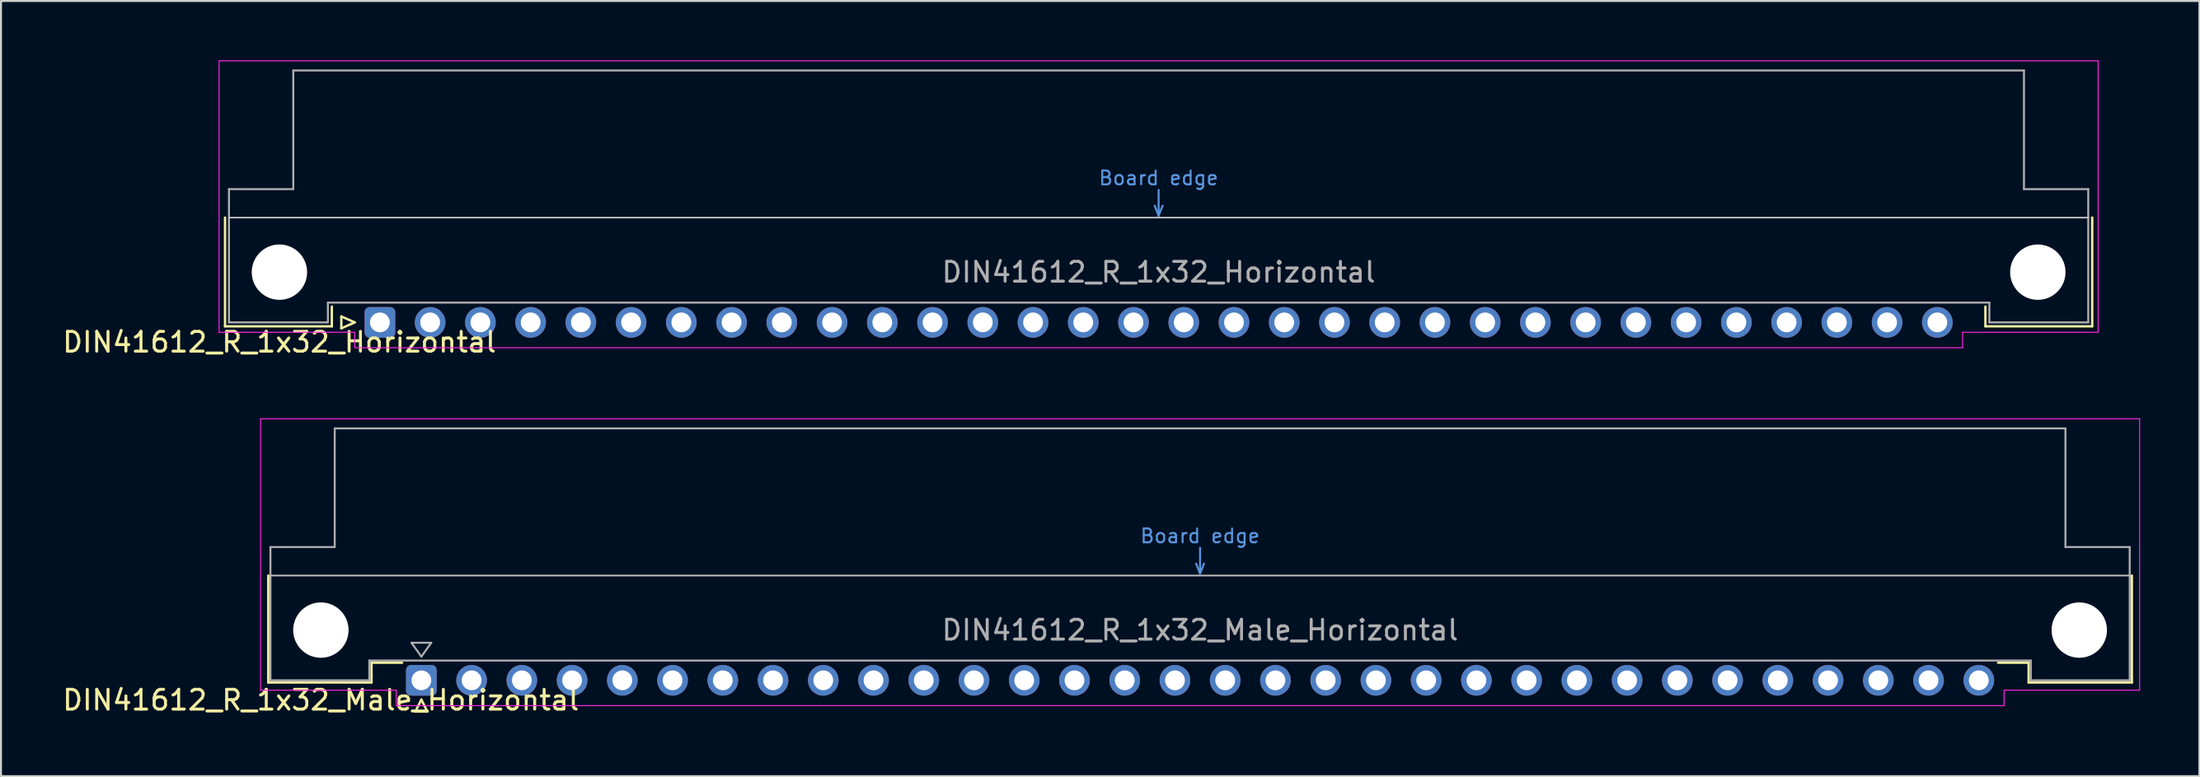
<source format=kicad_pcb>
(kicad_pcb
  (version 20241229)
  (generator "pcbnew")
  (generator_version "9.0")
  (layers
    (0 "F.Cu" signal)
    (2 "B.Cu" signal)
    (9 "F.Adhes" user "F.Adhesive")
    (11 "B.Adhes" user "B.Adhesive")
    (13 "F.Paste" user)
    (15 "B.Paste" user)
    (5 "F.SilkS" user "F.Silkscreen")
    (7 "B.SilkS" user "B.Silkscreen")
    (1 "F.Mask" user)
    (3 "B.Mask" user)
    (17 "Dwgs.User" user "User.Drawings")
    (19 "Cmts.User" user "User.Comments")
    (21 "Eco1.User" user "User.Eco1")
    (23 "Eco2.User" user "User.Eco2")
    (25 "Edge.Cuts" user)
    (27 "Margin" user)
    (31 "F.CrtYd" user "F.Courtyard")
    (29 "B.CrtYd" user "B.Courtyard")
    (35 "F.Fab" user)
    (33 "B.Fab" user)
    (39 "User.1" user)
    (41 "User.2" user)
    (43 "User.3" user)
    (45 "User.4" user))
  (footprint "DIN41612_R_1x32_Male_Horizontal"
    (layer "F.Cu")
    (at 18.253 31.358)
    (property "Reference" "DIN41612_R_1x32_Male_Horizontal" (at -5.08 1 0) (layer "F.SilkS") (effects (font (size 1 1) (thickness 0.15))))
    (attr through_hole)
    (fp_line (start -7.74 -5.3) (end -7.74 0.11) (stroke (width 0.12) (type solid)) (layer "F.SilkS"))
    (fp_line (start -7.74 0.11) (end -2.52 0.11) (stroke (width 0.12) (type solid)) (layer "F.SilkS"))
    (fp_line (start -2.52 -0.89) (end -0.975 -0.89) (stroke (width 0.12) (type solid)) (layer "F.SilkS"))
    (fp_line (start -2.52 0.11) (end -2.52 -0.89) (stroke (width 0.12) (type solid)) (layer "F.SilkS"))
    (fp_line (start -0.3 1.575) (end 0.3 1.575) (stroke (width 0.12) (type solid)) (layer "F.SilkS"))
    (fp_line (start 0 0.975) (end -0.3 1.575) (stroke (width 0.12) (type solid)) (layer "F.SilkS"))
    (fp_line (start 0.3 1.575) (end 0 0.975) (stroke (width 0.12) (type solid)) (layer "F.SilkS"))
    (fp_line (start 81.26 -0.89) (end 79.715 -0.89) (stroke (width 0.12) (type solid)) (layer "F.SilkS"))
    (fp_line (start 81.26 0.11) (end 81.26 -0.89) (stroke (width 0.12) (type solid)) (layer "F.SilkS"))
    (fp_line (start 86.48 -5.3) (end 86.48 0.11) (stroke (width 0.12) (type solid)) (layer "F.SilkS"))
    (fp_line (start 86.48 0.11) (end 81.26 0.11) (stroke (width 0.12) (type solid)) (layer "F.SilkS"))
    (fp_line (start -7.63 -5.3) (end 86.37 -5.3) (stroke (width 0.08) (type solid)) (layer "Dwgs.User"))
    (fp_line (start 39.17 -5.9) (end 39.37 -5.4) (stroke (width 0.1) (type solid)) (layer "Cmts.User"))
    (fp_line (start 39.37 -5.4) (end 39.37 -6.7) (stroke (width 0.1) (type solid)) (layer "Cmts.User"))
    (fp_line (start 39.37 -5.4) (end 39.57 -5.9) (stroke (width 0.1) (type solid)) (layer "Cmts.User"))
    (fp_line (start -8.13 -13.23) (end -8.13 0.5) (stroke (width 0.05) (type solid)) (layer "F.CrtYd"))
    (fp_line (start -8.13 0.5) (end -1.27 0.5) (stroke (width 0.05) (type solid)) (layer "F.CrtYd"))
    (fp_line (start -1.27 0.5) (end -1.27 1.28) (stroke (width 0.05) (type solid)) (layer "F.CrtYd"))
    (fp_line (start -1.27 1.28) (end 80.02 1.28) (stroke (width 0.05) (type solid)) (layer "F.CrtYd"))
    (fp_line (start 80.02 0.5) (end 86.87 0.5) (stroke (width 0.05) (type solid)) (layer "F.CrtYd"))
    (fp_line (start 80.02 1.28) (end 80.02 0.5) (stroke (width 0.05) (type solid)) (layer "F.CrtYd"))
    (fp_line (start 86.87 -13.23) (end -8.13 -13.23) (stroke (width 0.05) (type solid)) (layer "F.CrtYd"))
    (fp_line (start 86.87 0.5) (end 86.87 -13.23) (stroke (width 0.05) (type solid)) (layer "F.CrtYd"))
    (fp_line (start -7.63 -6.74) (end -7.63 0) (stroke (width 0.1) (type solid)) (layer "F.Fab"))
    (fp_line (start -7.63 0) (end -2.63 0) (stroke (width 0.1) (type solid)) (layer "F.Fab"))
    (fp_line (start -4.38 -12.74) (end -4.38 -6.74) (stroke (width 0.1) (type solid)) (layer "F.Fab"))
    (fp_line (start -4.38 -6.74) (end -7.63 -6.74) (stroke (width 0.1) (type solid)) (layer "F.Fab"))
    (fp_line (start -2.63 -1) (end 81.37 -1) (stroke (width 0.1) (type solid)) (layer "F.Fab"))
    (fp_line (start -2.63 0) (end -2.63 -1) (stroke (width 0.1) (type solid)) (layer "F.Fab"))
    (fp_line (start -0.5 -1.9) (end 0.5 -1.9) (stroke (width 0.1) (type solid)) (layer "F.Fab"))
    (fp_line (start 0 -1.2) (end -0.5 -1.9) (stroke (width 0.1) (type solid)) (layer "F.Fab"))
    (fp_line (start 0.5 -1.9) (end 0 -1.2) (stroke (width 0.1) (type solid)) (layer "F.Fab"))
    (fp_line (start 81.37 -1) (end 81.37 0) (stroke (width 0.1) (type solid)) (layer "F.Fab"))
    (fp_line (start 81.37 0) (end 86.37 0) (stroke (width 0.1) (type solid)) (layer "F.Fab"))
    (fp_line (start 83.12 -12.74) (end -4.38 -12.74) (stroke (width 0.1) (type solid)) (layer "F.Fab"))
    (fp_line (start 83.12 -6.74) (end 83.12 -12.74) (stroke (width 0.1) (type solid)) (layer "F.Fab"))
    (fp_line (start 86.37 -6.74) (end 83.12 -6.74) (stroke (width 0.1) (type solid)) (layer "F.Fab"))
    (fp_line (start 86.37 0) (end 86.37 -6.74) (stroke (width 0.1) (type solid)) (layer "F.Fab"))
    (fp_text user "Board edge" (at 39.37 -7.3 0) (layer "Cmts.User") (effects (font (size 0.7 0.7) (thickness 0.1))))
    (fp_text user "${REFERENCE}" (at 39.37 -2.54 0) (layer "F.Fab") (effects (font (size 1 1) (thickness 0.15))))
    (pad "" np_thru_hole circle (at -5.08 -2.54) (size 2.8 2.8) (drill 2.8) (layers "*.Cu" "*.Mask"))
    (pad "" np_thru_hole circle (at 83.82 -2.54) (size 2.8 2.8) (drill 2.8) (layers "*.Cu" "*.Mask"))
    (pad "a1" thru_hole roundrect (at 0 0) (size 1.55 1.55) (drill 1) (layers "*.Cu" "*.Mask") (roundrect_rratio 0.161))
    (pad "a2" thru_hole circle (at 2.54 0) (size 1.55 1.55) (drill 1) (layers "*.Cu" "*.Mask"))
    (pad "a3" thru_hole circle (at 5.08 0) (size 1.55 1.55) (drill 1) (layers "*.Cu" "*.Mask"))
    (pad "a4" thru_hole circle (at 7.62 0) (size 1.55 1.55) (drill 1) (layers "*.Cu" "*.Mask"))
    (pad "a5" thru_hole circle (at 10.16 0) (size 1.55 1.55) (drill 1) (layers "*.Cu" "*.Mask"))
    (pad "a6" thru_hole circle (at 12.7 0) (size 1.55 1.55) (drill 1) (layers "*.Cu" "*.Mask"))
    (pad "a7" thru_hole circle (at 15.24 0) (size 1.55 1.55) (drill 1) (layers "*.Cu" "*.Mask"))
    (pad "a8" thru_hole circle (at 17.78 0) (size 1.55 1.55) (drill 1) (layers "*.Cu" "*.Mask"))
    (pad "a9" thru_hole circle (at 20.32 0) (size 1.55 1.55) (drill 1) (layers "*.Cu" "*.Mask"))
    (pad "a10" thru_hole circle (at 22.86 0) (size 1.55 1.55) (drill 1) (layers "*.Cu" "*.Mask"))
    (pad "a11" thru_hole circle (at 25.4 0) (size 1.55 1.55) (drill 1) (layers "*.Cu" "*.Mask"))
    (pad "a12" thru_hole circle (at 27.94 0) (size 1.55 1.55) (drill 1) (layers "*.Cu" "*.Mask"))
    (pad "a13" thru_hole circle (at 30.48 0) (size 1.55 1.55) (drill 1) (layers "*.Cu" "*.Mask"))
    (pad "a14" thru_hole circle (at 33.02 0) (size 1.55 1.55) (drill 1) (layers "*.Cu" "*.Mask"))
    (pad "a15" thru_hole circle (at 35.56 0) (size 1.55 1.55) (drill 1) (layers "*.Cu" "*.Mask"))
    (pad "a16" thru_hole circle (at 38.1 0) (size 1.55 1.55) (drill 1) (layers "*.Cu" "*.Mask"))
    (pad "a17" thru_hole circle (at 40.64 0) (size 1.55 1.55) (drill 1) (layers "*.Cu" "*.Mask"))
    (pad "a18" thru_hole circle (at 43.18 0) (size 1.55 1.55) (drill 1) (layers "*.Cu" "*.Mask"))
    (pad "a19" thru_hole circle (at 45.72 0) (size 1.55 1.55) (drill 1) (layers "*.Cu" "*.Mask"))
    (pad "a20" thru_hole circle (at 48.26 0) (size 1.55 1.55) (drill 1) (layers "*.Cu" "*.Mask"))
    (pad "a21" thru_hole circle (at 50.8 0) (size 1.55 1.55) (drill 1) (layers "*.Cu" "*.Mask"))
    (pad "a22" thru_hole circle (at 53.34 0) (size 1.55 1.55) (drill 1) (layers "*.Cu" "*.Mask"))
    (pad "a23" thru_hole circle (at 55.88 0) (size 1.55 1.55) (drill 1) (layers "*.Cu" "*.Mask"))
    (pad "a24" thru_hole circle (at 58.42 0) (size 1.55 1.55) (drill 1) (layers "*.Cu" "*.Mask"))
    (pad "a25" thru_hole circle (at 60.96 0) (size 1.55 1.55) (drill 1) (layers "*.Cu" "*.Mask"))
    (pad "a26" thru_hole circle (at 63.5 0) (size 1.55 1.55) (drill 1) (layers "*.Cu" "*.Mask"))
    (pad "a27" thru_hole circle (at 66.04 0) (size 1.55 1.55) (drill 1) (layers "*.Cu" "*.Mask"))
    (pad "a28" thru_hole circle (at 68.58 0) (size 1.55 1.55) (drill 1) (layers "*.Cu" "*.Mask"))
    (pad "a29" thru_hole circle (at 71.12 0) (size 1.55 1.55) (drill 1) (layers "*.Cu" "*.Mask"))
    (pad "a30" thru_hole circle (at 73.66 0) (size 1.55 1.55) (drill 1) (layers "*.Cu" "*.Mask"))
    (pad "a31" thru_hole circle (at 76.2 0) (size 1.55 1.55) (drill 1) (layers "*.Cu" "*.Mask"))
    (pad "a32" thru_hole circle (at 78.74 0) (size 1.55 1.55) (drill 1) (layers "*.Cu" "*.Mask")))
  (footprint "DIN41612_R_1x32_Horizontal"
    (layer "F.Cu")
    (at 16.157 13.255)
    (property "Reference" "DIN41612_R_1x32_Horizontal" (at -5.08 1 0) (layer "F.SilkS") (effects (font (size 1 1) (thickness 0.15))))
    (attr through_hole)
    (fp_line (start -7.83 -5.3) (end -7.83 0.2) (stroke (width 0.12) (type solid)) (layer "F.SilkS"))
    (fp_line (start -7.83 0.2) (end -2.43 0.2) (stroke (width 0.12) (type solid)) (layer "F.SilkS"))
    (fp_line (start -2.43 0.2) (end -2.43 -0.8) (stroke (width 0.12) (type solid)) (layer "F.SilkS"))
    (fp_line (start -1.95 -0.3) (end -1.95 0.3) (stroke (width 0.12) (type solid)) (layer "F.SilkS"))
    (fp_line (start -1.95 0.3) (end -1.27 0) (stroke (width 0.12) (type solid)) (layer "F.SilkS"))
    (fp_line (start -1.27 0) (end -1.95 -0.3) (stroke (width 0.12) (type solid)) (layer "F.SilkS"))
    (fp_line (start 81.17 0.2) (end 81.17 -0.8) (stroke (width 0.12) (type solid)) (layer "F.SilkS"))
    (fp_line (start 86.57 -5.3) (end 86.57 0.2) (stroke (width 0.12) (type solid)) (layer "F.SilkS"))
    (fp_line (start 86.57 0.2) (end 81.17 0.2) (stroke (width 0.12) (type solid)) (layer "F.SilkS"))
    (fp_line (start -7.63 -5.3) (end 86.37 -5.3) (stroke (width 0.08) (type solid)) (layer "Dwgs.User"))
    (fp_line (start 39.17 -5.9) (end 39.37 -5.4) (stroke (width 0.1) (type solid)) (layer "Cmts.User"))
    (fp_line (start 39.37 -5.4) (end 39.37 -6.7) (stroke (width 0.1) (type solid)) (layer "Cmts.User"))
    (fp_line (start 39.37 -5.4) (end 39.57 -5.9) (stroke (width 0.1) (type solid)) (layer "Cmts.User"))
    (fp_line (start -8.13 -13.23) (end -8.13 0.5) (stroke (width 0.05) (type solid)) (layer "F.CrtYd"))
    (fp_line (start -8.13 0.5) (end -1.27 0.5) (stroke (width 0.05) (type solid)) (layer "F.CrtYd"))
    (fp_line (start -1.27 0.5) (end -1.27 1.28) (stroke (width 0.05) (type solid)) (layer "F.CrtYd"))
    (fp_line (start -1.27 1.28) (end 80.02 1.28) (stroke (width 0.05) (type solid)) (layer "F.CrtYd"))
    (fp_line (start 80.02 0.5) (end 86.87 0.5) (stroke (width 0.05) (type solid)) (layer "F.CrtYd"))
    (fp_line (start 80.02 1.28) (end 80.02 0.5) (stroke (width 0.05) (type solid)) (layer "F.CrtYd"))
    (fp_line (start 86.87 -13.23) (end -8.13 -13.23) (stroke (width 0.05) (type solid)) (layer "F.CrtYd"))
    (fp_line (start 86.87 0.5) (end 86.87 -13.23) (stroke (width 0.05) (type solid)) (layer "F.CrtYd"))
    (fp_line (start -7.63 -6.74) (end -7.63 0) (stroke (width 0.1) (type solid)) (layer "F.Fab"))
    (fp_line (start -7.63 0) (end -2.63 0) (stroke (width 0.1) (type solid)) (layer "F.Fab"))
    (fp_line (start -4.38 -12.74) (end -4.38 -6.74) (stroke (width 0.1) (type solid)) (layer "F.Fab"))
    (fp_line (start -4.38 -6.74) (end -7.63 -6.74) (stroke (width 0.1) (type solid)) (layer "F.Fab"))
    (fp_line (start -2.63 -1) (end 81.37 -1) (stroke (width 0.1) (type solid)) (layer "F.Fab"))
    (fp_line (start -2.63 0) (end -2.63 -1) (stroke (width 0.1) (type solid)) (layer "F.Fab"))
    (fp_line (start 81.37 -1) (end 81.37 0) (stroke (width 0.1) (type solid)) (layer "F.Fab"))
    (fp_line (start 81.37 0) (end 86.37 0) (stroke (width 0.1) (type solid)) (layer "F.Fab"))
    (fp_line (start 83.12 -12.74) (end -4.38 -12.74) (stroke (width 0.1) (type solid)) (layer "F.Fab"))
    (fp_line (start 83.12 -6.74) (end 83.12 -12.74) (stroke (width 0.1) (type solid)) (layer "F.Fab"))
    (fp_line (start 86.37 -6.74) (end 83.12 -6.74) (stroke (width 0.1) (type solid)) (layer "F.Fab"))
    (fp_line (start 86.37 0) (end 86.37 -6.74) (stroke (width 0.1) (type solid)) (layer "F.Fab"))
    (fp_text user "Board edge" (at 39.37 -7.3 0) (layer "Cmts.User") (effects (font (size 0.7 0.7) (thickness 0.1))))
    (fp_text user "${REFERENCE}" (at 39.37 -2.54 0) (layer "F.Fab") (effects (font (size 1 1) (thickness 0.15))))
    (pad "" np_thru_hole circle (at -5.08 -2.54) (size 2.8 2.8) (drill 2.8) (layers "*.Cu" "*.Mask"))
    (pad "" np_thru_hole circle (at 83.82 -2.54) (size 2.8 2.8) (drill 2.8) (layers "*.Cu" "*.Mask"))
    (pad "a1" thru_hole roundrect (at 0 0) (size 1.55 1.55) (drill 1) (layers "*.Cu" "*.Mask") (roundrect_rratio 0.161))
    (pad "a2" thru_hole circle (at 2.54 0) (size 1.55 1.55) (drill 1) (layers "*.Cu" "*.Mask"))
    (pad "a3" thru_hole circle (at 5.08 0) (size 1.55 1.55) (drill 1) (layers "*.Cu" "*.Mask"))
    (pad "a4" thru_hole circle (at 7.62 0) (size 1.55 1.55) (drill 1) (layers "*.Cu" "*.Mask"))
    (pad "a5" thru_hole circle (at 10.16 0) (size 1.55 1.55) (drill 1) (layers "*.Cu" "*.Mask"))
    (pad "a6" thru_hole circle (at 12.7 0) (size 1.55 1.55) (drill 1) (layers "*.Cu" "*.Mask"))
    (pad "a7" thru_hole circle (at 15.24 0) (size 1.55 1.55) (drill 1) (layers "*.Cu" "*.Mask"))
    (pad "a8" thru_hole circle (at 17.78 0) (size 1.55 1.55) (drill 1) (layers "*.Cu" "*.Mask"))
    (pad "a9" thru_hole circle (at 20.32 0) (size 1.55 1.55) (drill 1) (layers "*.Cu" "*.Mask"))
    (pad "a10" thru_hole circle (at 22.86 0) (size 1.55 1.55) (drill 1) (layers "*.Cu" "*.Mask"))
    (pad "a11" thru_hole circle (at 25.4 0) (size 1.55 1.55) (drill 1) (layers "*.Cu" "*.Mask"))
    (pad "a12" thru_hole circle (at 27.94 0) (size 1.55 1.55) (drill 1) (layers "*.Cu" "*.Mask"))
    (pad "a13" thru_hole circle (at 30.48 0) (size 1.55 1.55) (drill 1) (layers "*.Cu" "*.Mask"))
    (pad "a14" thru_hole circle (at 33.02 0) (size 1.55 1.55) (drill 1) (layers "*.Cu" "*.Mask"))
    (pad "a15" thru_hole circle (at 35.56 0) (size 1.55 1.55) (drill 1) (layers "*.Cu" "*.Mask"))
    (pad "a16" thru_hole circle (at 38.1 0) (size 1.55 1.55) (drill 1) (layers "*.Cu" "*.Mask"))
    (pad "a17" thru_hole circle (at 40.64 0) (size 1.55 1.55) (drill 1) (layers "*.Cu" "*.Mask"))
    (pad "a18" thru_hole circle (at 43.18 0) (size 1.55 1.55) (drill 1) (layers "*.Cu" "*.Mask"))
    (pad "a19" thru_hole circle (at 45.72 0) (size 1.55 1.55) (drill 1) (layers "*.Cu" "*.Mask"))
    (pad "a20" thru_hole circle (at 48.26 0) (size 1.55 1.55) (drill 1) (layers "*.Cu" "*.Mask"))
    (pad "a21" thru_hole circle (at 50.8 0) (size 1.55 1.55) (drill 1) (layers "*.Cu" "*.Mask"))
    (pad "a22" thru_hole circle (at 53.34 0) (size 1.55 1.55) (drill 1) (layers "*.Cu" "*.Mask"))
    (pad "a23" thru_hole circle (at 55.88 0) (size 1.55 1.55) (drill 1) (layers "*.Cu" "*.Mask"))
    (pad "a24" thru_hole circle (at 58.42 0) (size 1.55 1.55) (drill 1) (layers "*.Cu" "*.Mask"))
    (pad "a25" thru_hole circle (at 60.96 0) (size 1.55 1.55) (drill 1) (layers "*.Cu" "*.Mask"))
    (pad "a26" thru_hole circle (at 63.5 0) (size 1.55 1.55) (drill 1) (layers "*.Cu" "*.Mask"))
    (pad "a27" thru_hole circle (at 66.04 0) (size 1.55 1.55) (drill 1) (layers "*.Cu" "*.Mask"))
    (pad "a28" thru_hole circle (at 68.58 0) (size 1.55 1.55) (drill 1) (layers "*.Cu" "*.Mask"))
    (pad "a29" thru_hole circle (at 71.12 0) (size 1.55 1.55) (drill 1) (layers "*.Cu" "*.Mask"))
    (pad "a30" thru_hole circle (at 73.66 0) (size 1.55 1.55) (drill 1) (layers "*.Cu" "*.Mask"))
    (pad "a31" thru_hole circle (at 76.2 0) (size 1.55 1.55) (drill 1) (layers "*.Cu" "*.Mask"))
    (pad "a32" thru_hole circle (at 78.74 0) (size 1.55 1.55) (drill 1) (layers "*.Cu" "*.Mask")))
  (gr_rect
    (start -3 -3)
    (end 108.148 36.206)
    (stroke (width 0.1) (type default))
    (fill no)
    (layer "Edge.Cuts")))
</source>
